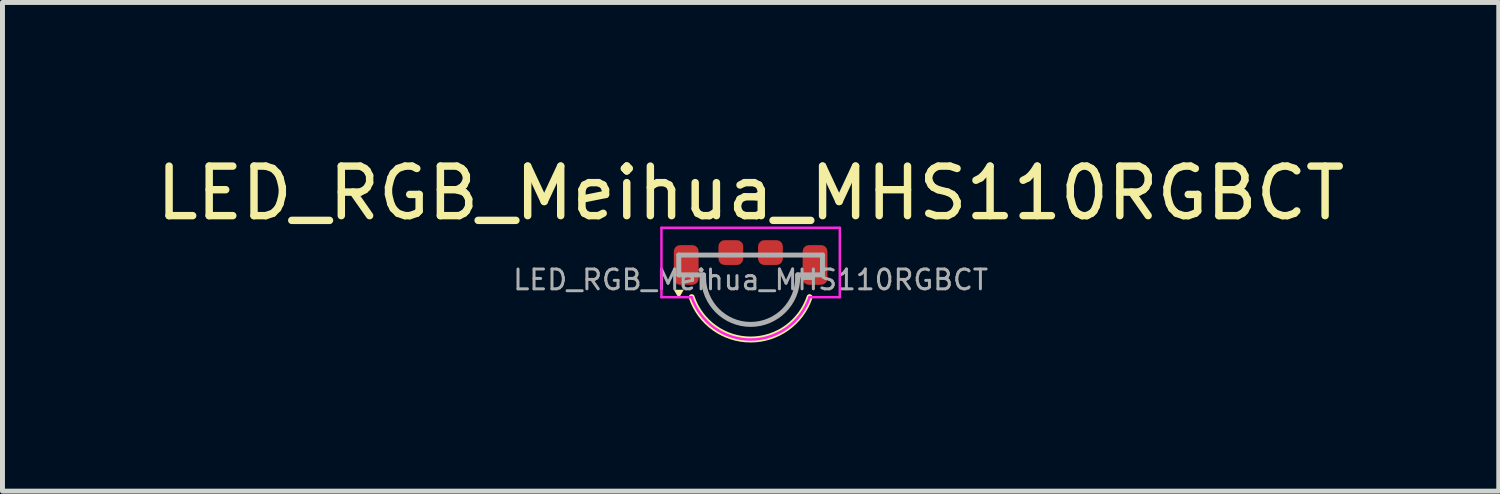
<source format=kicad_pcb>
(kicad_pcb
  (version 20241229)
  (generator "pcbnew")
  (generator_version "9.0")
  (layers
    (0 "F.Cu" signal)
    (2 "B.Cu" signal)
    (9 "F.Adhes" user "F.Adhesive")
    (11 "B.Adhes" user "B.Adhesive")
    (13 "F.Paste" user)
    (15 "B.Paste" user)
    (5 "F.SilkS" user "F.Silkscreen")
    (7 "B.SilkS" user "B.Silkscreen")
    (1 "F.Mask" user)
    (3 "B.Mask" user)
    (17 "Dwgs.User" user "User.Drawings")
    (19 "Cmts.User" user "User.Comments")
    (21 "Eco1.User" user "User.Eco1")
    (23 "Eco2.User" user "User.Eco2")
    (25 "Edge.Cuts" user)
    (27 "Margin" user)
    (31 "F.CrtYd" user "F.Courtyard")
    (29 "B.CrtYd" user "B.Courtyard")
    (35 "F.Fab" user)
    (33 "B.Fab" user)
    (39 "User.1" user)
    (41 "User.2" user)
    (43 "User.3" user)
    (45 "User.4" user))
  (footprint "LED_RGB_Meihua_MHS110RGBCT"
    (layer "F.Cu")
    (at 12.101 2.298)
    (property "Reference" "LED_RGB_Meihua_MHS110RGBCT" (at 0 -1.45 0) (unlocked yes) (layer "F.SilkS") (effects (font (size 1 1) (thickness 0.15))))
    (attr smd)
    (fp_arc (start 1.19 0.65) (mid 0 1.505102) (end -1.19 0.65) (stroke (width 0.12) (type solid)) (layer "F.SilkS"))
    (fp_poly (pts (xy -1.45 0.675) (xy -1.55 0.5) (xy -1.35 0.5)) (stroke (width 0) (type solid)) (fill yes) (layer "F.SilkS"))
    (fp_line (start -1.8 -0.75) (end -1.8 0.65) (stroke (width 0.05) (type solid)) (layer "F.CrtYd"))
    (fp_line (start -1.8 -0.75) (end 1.8 -0.75) (stroke (width 0.05) (type solid)) (layer "F.CrtYd"))
    (fp_line (start -1.8 0.65) (end -1.19 0.65) (stroke (width 0.05) (type solid)) (layer "F.CrtYd"))
    (fp_line (start 1.8 -0.75) (end 1.8 0.65) (stroke (width 0.05) (type solid)) (layer "F.CrtYd"))
    (fp_line (start 1.8 0.65) (end 1.19 0.65) (stroke (width 0.05) (type solid)) (layer "F.CrtYd"))
    (fp_arc (start 1.19 0.65) (mid 0 1.505428) (end -1.19 0.65) (stroke (width 0.05) (type solid)) (layer "F.CrtYd"))
    (fp_line (start -1.45 -0.2) (end -1.45 0.2) (stroke (width 0.1) (type solid)) (layer "F.Fab"))
    (fp_line (start -1.45 -0.2) (end 1.45 -0.2) (stroke (width 0.1) (type solid)) (layer "F.Fab"))
    (fp_line (start -1.45 0.2) (end -0.95 0.2) (stroke (width 0.1) (type solid)) (layer "F.Fab"))
    (fp_line (start -0.95 0.2) (end -0.95 0.25) (stroke (width 0.1) (type solid)) (layer "F.Fab"))
    (fp_line (start 0.95 0.2) (end 0.95 0.25) (stroke (width 0.1) (type solid)) (layer "F.Fab"))
    (fp_line (start 0.95 0.2) (end 1.45 0.2) (stroke (width 0.1) (type solid)) (layer "F.Fab"))
    (fp_line (start 1.45 -0.2) (end 1.45 0.2) (stroke (width 0.1) (type solid)) (layer "F.Fab"))
    (fp_arc (start 0.95 0.25) (mid 0 1.2) (end -0.95 0.25) (stroke (width 0.1) (type solid)) (layer "F.Fab"))
    (fp_text user "${REFERENCE}" (at 0 0.3 0) (unlocked yes) (layer "F.Fab") (effects (font (size 0.4 0.4) (thickness 0.06))))
    (pad "1" smd roundrect (at -0.4 -0.25) (size 0.5 0.5) (layers "F.Cu" "F.Mask" "F.Paste") (roundrect_rratio 0.25))
    (pad "2" smd roundrect (at -1.3 0) (size 0.5 0.8) (layers "F.Cu" "F.Mask" "F.Paste") (roundrect_rratio 0.25))
    (pad "3" smd roundrect (at 1.3 0) (size 0.5 0.8) (layers "F.Cu" "F.Mask" "F.Paste") (roundrect_rratio 0.25))
    (pad "4" smd roundrect (at 0.4 -0.25) (size 0.5 0.5) (layers "F.Cu" "F.Mask" "F.Paste") (roundrect_rratio 0.25)))
  (gr_rect
    (start -3 -3)
    (end 27.202 6.863)
    (stroke (width 0.1) (type default))
    (fill no)
    (layer "Edge.Cuts")))
</source>
